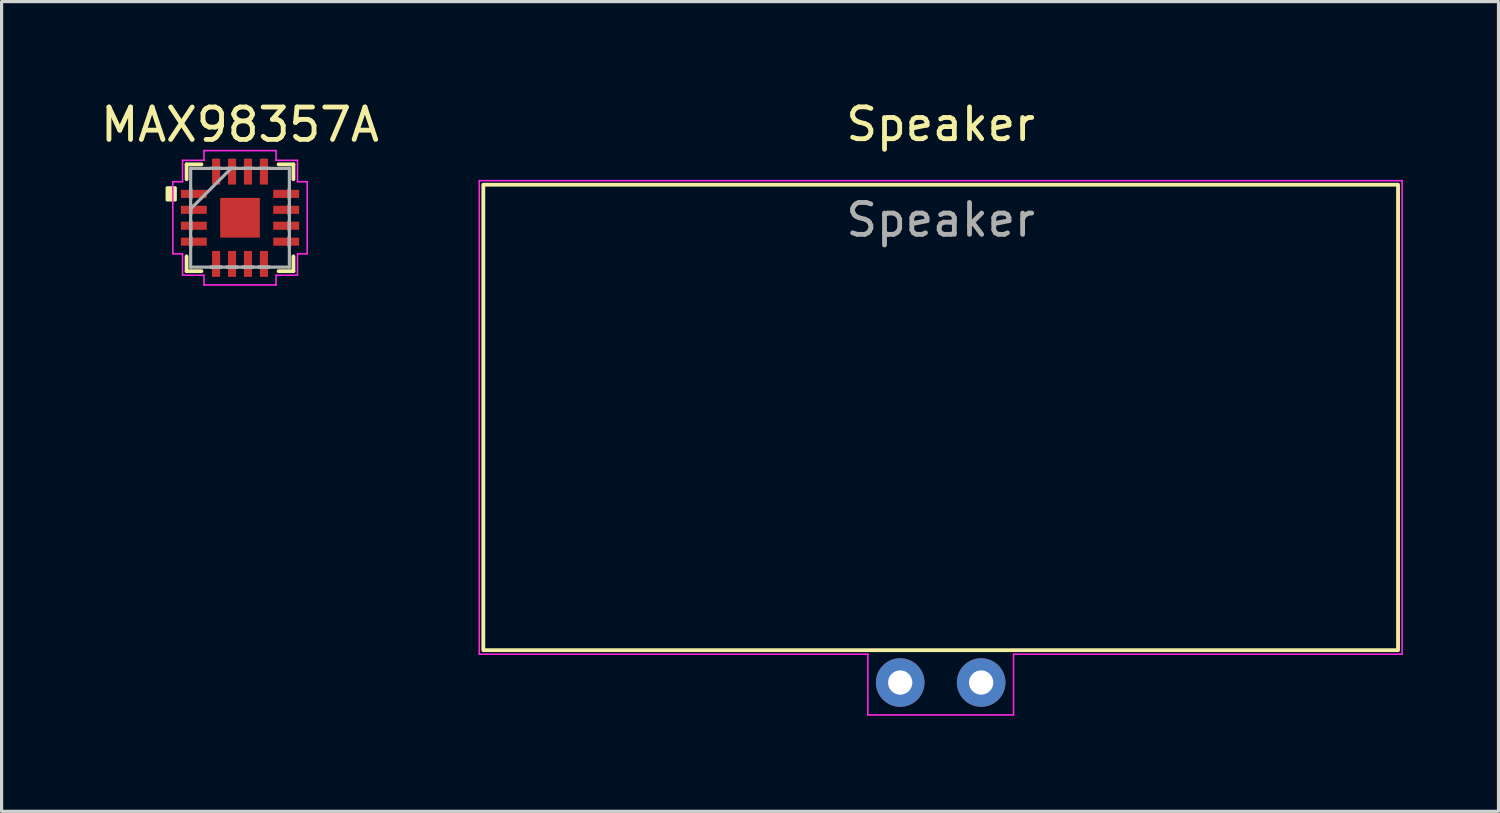
<source format=kicad_pcb>
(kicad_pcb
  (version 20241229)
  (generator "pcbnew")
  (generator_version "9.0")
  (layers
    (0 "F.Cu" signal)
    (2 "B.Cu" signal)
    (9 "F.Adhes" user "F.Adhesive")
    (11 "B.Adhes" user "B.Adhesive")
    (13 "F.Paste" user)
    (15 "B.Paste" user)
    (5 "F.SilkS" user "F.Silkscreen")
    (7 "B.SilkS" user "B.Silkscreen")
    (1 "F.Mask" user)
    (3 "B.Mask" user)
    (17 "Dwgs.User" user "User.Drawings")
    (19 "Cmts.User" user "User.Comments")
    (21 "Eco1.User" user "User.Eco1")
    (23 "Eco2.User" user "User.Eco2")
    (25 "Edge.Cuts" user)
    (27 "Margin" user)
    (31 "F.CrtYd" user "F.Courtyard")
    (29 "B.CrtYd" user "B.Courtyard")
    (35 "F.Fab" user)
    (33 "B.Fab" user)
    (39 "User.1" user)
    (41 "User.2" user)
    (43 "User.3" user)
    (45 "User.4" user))
  (footprint "Speaker"
    (layer "F.Cu")
    (at 26.466 1.348)
    (property "Reference" "Speaker" (at 0 -0.5 0) (unlocked yes) (layer "F.SilkS") (effects (font (size 1 1) (thickness 0.15))))
    (attr through_hole)
    (fp_rect (start -14.351 1.397) (end 14.351 16.002) (stroke (width 0.12) (type solid)) (fill no) (layer "F.SilkS"))
    (fp_line (start -14.478 1.27) (end 14.478 1.27) (stroke (width 0.05) (type solid)) (layer "F.CrtYd"))
    (fp_line (start -14.478 16.129) (end -14.478 1.27) (stroke (width 0.05) (type solid)) (layer "F.CrtYd"))
    (fp_line (start -2.286 16.129) (end -14.478 16.129) (stroke (width 0.05) (type solid)) (layer "F.CrtYd"))
    (fp_line (start -2.286 18.034) (end -2.286 16.129) (stroke (width 0.05) (type solid)) (layer "F.CrtYd"))
    (fp_line (start 2.286 16.129) (end 2.286 18.034) (stroke (width 0.05) (type solid)) (layer "F.CrtYd"))
    (fp_line (start 2.286 18.034) (end -2.286 18.034) (stroke (width 0.05) (type solid)) (layer "F.CrtYd"))
    (fp_line (start 14.478 1.27) (end 14.478 16.129) (stroke (width 0.05) (type solid)) (layer "F.CrtYd"))
    (fp_line (start 14.478 16.129) (end 2.286 16.129) (stroke (width 0.05) (type solid)) (layer "F.CrtYd"))
    (fp_text user "${REFERENCE}" (at 0 2.5 0) (unlocked yes) (layer "F.Fab") (effects (font (size 1 1) (thickness 0.15))))
    (pad "1" thru_hole circle (at -1.27 17.018) (size 1.524 1.524) (drill 0.762) (layers "*.Cu" "*.Mask"))
    (pad "2" thru_hole circle (at 1.27 17.018) (size 1.524 1.524) (drill 0.762) (layers "*.Cu" "*.Mask")))
  (footprint "MAX98357A"
    (layer "F.Cu")
    (at 4.481 3.783)
    (property "Reference" "MAX98357A" (at 0 -2.921 0) (layer "F.SilkS") (effects (font (size 1.016 1.016) (thickness 0.152))))
    (attr smd)
    (fp_line (start -1.676 -1.676) (end -1.676 -1.21) (stroke (width 0.12) (type solid)) (layer "F.SilkS"))
    (fp_line (start -1.676 1.21) (end -1.676 1.676) (stroke (width 0.12) (type solid)) (layer "F.SilkS"))
    (fp_line (start -1.676 1.676) (end -1.21 1.676) (stroke (width 0.12) (type solid)) (layer "F.SilkS"))
    (fp_line (start -1.21 -1.676) (end -1.676 -1.676) (stroke (width 0.12) (type solid)) (layer "F.SilkS"))
    (fp_line (start 1.21 1.676) (end 1.676 1.676) (stroke (width 0.12) (type solid)) (layer "F.SilkS"))
    (fp_line (start 1.676 -1.676) (end 1.21 -1.676) (stroke (width 0.12) (type solid)) (layer "F.SilkS"))
    (fp_line (start 1.676 -1.21) (end 1.676 -1.676) (stroke (width 0.12) (type solid)) (layer "F.SilkS"))
    (fp_line (start 1.676 1.676) (end 1.676 1.21) (stroke (width 0.12) (type solid)) (layer "F.SilkS"))
    (fp_poly (pts (xy -2.032 -0.94) (xy -2.032 -0.559) (xy -2.286 -0.559) (xy -2.286 -0.94)) (stroke (width 0.1) (type solid)) (fill yes) (layer "F.SilkS"))
    (fp_line (start -2.108 -1.131) (end -1.803 -1.131) (stroke (width 0.05) (type solid)) (layer "F.CrtYd"))
    (fp_line (start -2.108 1.131) (end -2.108 -1.131) (stroke (width 0.05) (type solid)) (layer "F.CrtYd"))
    (fp_line (start -1.803 -1.803) (end -1.131 -1.803) (stroke (width 0.05) (type solid)) (layer "F.CrtYd"))
    (fp_line (start -1.803 -1.131) (end -1.803 -1.803) (stroke (width 0.05) (type solid)) (layer "F.CrtYd"))
    (fp_line (start -1.803 1.131) (end -2.108 1.131) (stroke (width 0.05) (type solid)) (layer "F.CrtYd"))
    (fp_line (start -1.803 1.803) (end -1.803 1.131) (stroke (width 0.05) (type solid)) (layer "F.CrtYd"))
    (fp_line (start -1.131 -2.108) (end 1.131 -2.108) (stroke (width 0.05) (type solid)) (layer "F.CrtYd"))
    (fp_line (start -1.131 -1.803) (end -1.131 -2.108) (stroke (width 0.05) (type solid)) (layer "F.CrtYd"))
    (fp_line (start -1.131 1.803) (end -1.803 1.803) (stroke (width 0.05) (type solid)) (layer "F.CrtYd"))
    (fp_line (start -1.131 2.108) (end -1.131 1.803) (stroke (width 0.05) (type solid)) (layer "F.CrtYd"))
    (fp_line (start 1.131 -2.108) (end 1.131 -1.803) (stroke (width 0.05) (type solid)) (layer "F.CrtYd"))
    (fp_line (start 1.131 -1.803) (end 1.803 -1.803) (stroke (width 0.05) (type solid)) (layer "F.CrtYd"))
    (fp_line (start 1.131 1.803) (end 1.131 2.108) (stroke (width 0.05) (type solid)) (layer "F.CrtYd"))
    (fp_line (start 1.131 2.108) (end -1.131 2.108) (stroke (width 0.05) (type solid)) (layer "F.CrtYd"))
    (fp_line (start 1.803 -1.803) (end 1.803 -1.131) (stroke (width 0.05) (type solid)) (layer "F.CrtYd"))
    (fp_line (start 1.803 -1.131) (end 2.108 -1.131) (stroke (width 0.05) (type solid)) (layer "F.CrtYd"))
    (fp_line (start 1.803 1.131) (end 1.803 1.803) (stroke (width 0.05) (type solid)) (layer "F.CrtYd"))
    (fp_line (start 1.803 1.803) (end 1.131 1.803) (stroke (width 0.05) (type solid)) (layer "F.CrtYd"))
    (fp_line (start 2.108 -1.131) (end 2.108 1.131) (stroke (width 0.05) (type solid)) (layer "F.CrtYd"))
    (fp_line (start 2.108 1.131) (end 1.803 1.131) (stroke (width 0.05) (type solid)) (layer "F.CrtYd"))
    (fp_line (start -1.549 -1.549) (end -1.549 -1.549) (stroke (width 0.1) (type solid)) (layer "F.Fab"))
    (fp_line (start -1.549 -1.549) (end -1.549 1.549) (stroke (width 0.1) (type solid)) (layer "F.Fab"))
    (fp_line (start -1.549 -0.902) (end -1.549 -0.902) (stroke (width 0.1) (type solid)) (layer "F.Fab"))
    (fp_line (start -1.549 -0.902) (end -1.549 -0.598) (stroke (width 0.1) (type solid)) (layer "F.Fab"))
    (fp_line (start -1.549 -0.598) (end -1.549 -0.902) (stroke (width 0.1) (type solid)) (layer "F.Fab"))
    (fp_line (start -1.549 -0.598) (end -1.549 -0.598) (stroke (width 0.1) (type solid)) (layer "F.Fab"))
    (fp_line (start -1.549 -0.402) (end -1.549 -0.402) (stroke (width 0.1) (type solid)) (layer "F.Fab"))
    (fp_line (start -1.549 -0.402) (end -1.549 -0.098) (stroke (width 0.1) (type solid)) (layer "F.Fab"))
    (fp_line (start -1.549 -0.279) (end -0.279 -1.549) (stroke (width 0.1) (type solid)) (layer "F.Fab"))
    (fp_line (start -1.549 -0.098) (end -1.549 -0.402) (stroke (width 0.1) (type solid)) (layer "F.Fab"))
    (fp_line (start -1.549 -0.098) (end -1.549 -0.098) (stroke (width 0.1) (type solid)) (layer "F.Fab"))
    (fp_line (start -1.549 0.098) (end -1.549 0.098) (stroke (width 0.1) (type solid)) (layer "F.Fab"))
    (fp_line (start -1.549 0.098) (end -1.549 0.402) (stroke (width 0.1) (type solid)) (layer "F.Fab"))
    (fp_line (start -1.549 0.402) (end -1.549 0.098) (stroke (width 0.1) (type solid)) (layer "F.Fab"))
    (fp_line (start -1.549 0.402) (end -1.549 0.402) (stroke (width 0.1) (type solid)) (layer "F.Fab"))
    (fp_line (start -1.549 0.598) (end -1.549 0.598) (stroke (width 0.1) (type solid)) (layer "F.Fab"))
    (fp_line (start -1.549 0.598) (end -1.549 0.902) (stroke (width 0.1) (type solid)) (layer "F.Fab"))
    (fp_line (start -1.549 0.902) (end -1.549 0.598) (stroke (width 0.1) (type solid)) (layer "F.Fab"))
    (fp_line (start -1.549 0.902) (end -1.549 0.902) (stroke (width 0.1) (type solid)) (layer "F.Fab"))
    (fp_line (start -1.549 1.549) (end -1.549 1.549) (stroke (width 0.1) (type solid)) (layer "F.Fab"))
    (fp_line (start -1.549 1.549) (end 1.549 1.549) (stroke (width 0.1) (type solid)) (layer "F.Fab"))
    (fp_line (start -0.902 -1.549) (end -0.902 -1.549) (stroke (width 0.1) (type solid)) (layer "F.Fab"))
    (fp_line (start -0.902 -1.549) (end -0.598 -1.549) (stroke (width 0.1) (type solid)) (layer "F.Fab"))
    (fp_line (start -0.902 1.549) (end -0.902 1.549) (stroke (width 0.1) (type solid)) (layer "F.Fab"))
    (fp_line (start -0.902 1.549) (end -0.598 1.549) (stroke (width 0.1) (type solid)) (layer "F.Fab"))
    (fp_line (start -0.598 -1.549) (end -0.902 -1.549) (stroke (width 0.1) (type solid)) (layer "F.Fab"))
    (fp_line (start -0.598 -1.549) (end -0.598 -1.549) (stroke (width 0.1) (type solid)) (layer "F.Fab"))
    (fp_line (start -0.598 1.549) (end -0.902 1.549) (stroke (width 0.1) (type solid)) (layer "F.Fab"))
    (fp_line (start -0.598 1.549) (end -0.598 1.549) (stroke (width 0.1) (type solid)) (layer "F.Fab"))
    (fp_line (start -0.402 -1.549) (end -0.402 -1.549) (stroke (width 0.1) (type solid)) (layer "F.Fab"))
    (fp_line (start -0.402 -1.549) (end -0.098 -1.549) (stroke (width 0.1) (type solid)) (layer "F.Fab"))
    (fp_line (start -0.402 1.549) (end -0.402 1.549) (stroke (width 0.1) (type solid)) (layer "F.Fab"))
    (fp_line (start -0.402 1.549) (end -0.098 1.549) (stroke (width 0.1) (type solid)) (layer "F.Fab"))
    (fp_line (start -0.098 -1.549) (end -0.402 -1.549) (stroke (width 0.1) (type solid)) (layer "F.Fab"))
    (fp_line (start -0.098 -1.549) (end -0.098 -1.549) (stroke (width 0.1) (type solid)) (layer "F.Fab"))
    (fp_line (start -0.098 1.549) (end -0.402 1.549) (stroke (width 0.1) (type solid)) (layer "F.Fab"))
    (fp_line (start -0.098 1.549) (end -0.098 1.549) (stroke (width 0.1) (type solid)) (layer "F.Fab"))
    (fp_line (start 0.098 -1.549) (end 0.098 -1.549) (stroke (width 0.1) (type solid)) (layer "F.Fab"))
    (fp_line (start 0.098 -1.549) (end 0.402 -1.549) (stroke (width 0.1) (type solid)) (layer "F.Fab"))
    (fp_line (start 0.098 1.549) (end 0.098 1.549) (stroke (width 0.1) (type solid)) (layer "F.Fab"))
    (fp_line (start 0.098 1.549) (end 0.402 1.549) (stroke (width 0.1) (type solid)) (layer "F.Fab"))
    (fp_line (start 0.402 -1.549) (end 0.098 -1.549) (stroke (width 0.1) (type solid)) (layer "F.Fab"))
    (fp_line (start 0.402 -1.549) (end 0.402 -1.549) (stroke (width 0.1) (type solid)) (layer "F.Fab"))
    (fp_line (start 0.402 1.549) (end 0.098 1.549) (stroke (width 0.1) (type solid)) (layer "F.Fab"))
    (fp_line (start 0.402 1.549) (end 0.402 1.549) (stroke (width 0.1) (type solid)) (layer "F.Fab"))
    (fp_line (start 0.598 -1.549) (end 0.598 -1.549) (stroke (width 0.1) (type solid)) (layer "F.Fab"))
    (fp_line (start 0.598 -1.549) (end 0.902 -1.549) (stroke (width 0.1) (type solid)) (layer "F.Fab"))
    (fp_line (start 0.598 1.549) (end 0.598 1.549) (stroke (width 0.1) (type solid)) (layer "F.Fab"))
    (fp_line (start 0.598 1.549) (end 0.902 1.549) (stroke (width 0.1) (type solid)) (layer "F.Fab"))
    (fp_line (start 0.902 -1.549) (end 0.598 -1.549) (stroke (width 0.1) (type solid)) (layer "F.Fab"))
    (fp_line (start 0.902 -1.549) (end 0.902 -1.549) (stroke (width 0.1) (type solid)) (layer "F.Fab"))
    (fp_line (start 0.902 1.549) (end 0.598 1.549) (stroke (width 0.1) (type solid)) (layer "F.Fab"))
    (fp_line (start 0.902 1.549) (end 0.902 1.549) (stroke (width 0.1) (type solid)) (layer "F.Fab"))
    (fp_line (start 1.549 -1.549) (end -1.549 -1.549) (stroke (width 0.1) (type solid)) (layer "F.Fab"))
    (fp_line (start 1.549 -1.549) (end 1.549 -1.549) (stroke (width 0.1) (type solid)) (layer "F.Fab"))
    (fp_line (start 1.549 -0.902) (end 1.549 -0.902) (stroke (width 0.1) (type solid)) (layer "F.Fab"))
    (fp_line (start 1.549 -0.902) (end 1.549 -0.598) (stroke (width 0.1) (type solid)) (layer "F.Fab"))
    (fp_line (start 1.549 -0.598) (end 1.549 -0.902) (stroke (width 0.1) (type solid)) (layer "F.Fab"))
    (fp_line (start 1.549 -0.598) (end 1.549 -0.598) (stroke (width 0.1) (type solid)) (layer "F.Fab"))
    (fp_line (start 1.549 -0.402) (end 1.549 -0.402) (stroke (width 0.1) (type solid)) (layer "F.Fab"))
    (fp_line (start 1.549 -0.402) (end 1.549 -0.098) (stroke (width 0.1) (type solid)) (layer "F.Fab"))
    (fp_line (start 1.549 -0.098) (end 1.549 -0.402) (stroke (width 0.1) (type solid)) (layer "F.Fab"))
    (fp_line (start 1.549 -0.098) (end 1.549 -0.098) (stroke (width 0.1) (type solid)) (layer "F.Fab"))
    (fp_line (start 1.549 0.098) (end 1.549 0.098) (stroke (width 0.1) (type solid)) (layer "F.Fab"))
    (fp_line (start 1.549 0.098) (end 1.549 0.402) (stroke (width 0.1) (type solid)) (layer "F.Fab"))
    (fp_line (start 1.549 0.402) (end 1.549 0.098) (stroke (width 0.1) (type solid)) (layer "F.Fab"))
    (fp_line (start 1.549 0.402) (end 1.549 0.402) (stroke (width 0.1) (type solid)) (layer "F.Fab"))
    (fp_line (start 1.549 0.598) (end 1.549 0.598) (stroke (width 0.1) (type solid)) (layer "F.Fab"))
    (fp_line (start 1.549 0.598) (end 1.549 0.902) (stroke (width 0.1) (type solid)) (layer "F.Fab"))
    (fp_line (start 1.549 0.902) (end 1.549 0.598) (stroke (width 0.1) (type solid)) (layer "F.Fab"))
    (fp_line (start 1.549 0.902) (end 1.549 0.902) (stroke (width 0.1) (type solid)) (layer "F.Fab"))
    (fp_line (start 1.549 1.549) (end 1.549 -1.549) (stroke (width 0.1) (type solid)) (layer "F.Fab"))
    (fp_line (start 1.549 1.549) (end 1.549 1.549) (stroke (width 0.1) (type solid)) (layer "F.Fab"))
    (pad "1" smd rect (at -1.448 -0.75 90) (size 0.254 0.813) (layers "F.Cu" "F.Mask" "F.Paste"))
    (pad "2" smd rect (at -1.448 -0.25 90) (size 0.254 0.813) (layers "F.Cu" "F.Mask" "F.Paste"))
    (pad "3" smd rect (at -1.448 0.25 90) (size 0.254 0.813) (layers "F.Cu" "F.Mask" "F.Paste"))
    (pad "4" smd rect (at -1.448 0.75 90) (size 0.254 0.813) (layers "F.Cu" "F.Mask" "F.Paste"))
    (pad "5" smd rect (at -0.75 1.448) (size 0.254 0.813) (layers "F.Cu" "F.Mask" "F.Paste"))
    (pad "6" smd rect (at -0.25 1.448) (size 0.254 0.813) (layers "F.Cu" "F.Mask" "F.Paste"))
    (pad "7" smd rect (at 0.25 1.448) (size 0.254 0.813) (layers "F.Cu" "F.Mask" "F.Paste"))
    (pad "8" smd rect (at 0.75 1.448) (size 0.254 0.813) (layers "F.Cu" "F.Mask" "F.Paste"))
    (pad "9" smd rect (at 1.448 0.75 90) (size 0.254 0.813) (layers "F.Cu" "F.Mask" "F.Paste"))
    (pad "10" smd rect (at 1.448 0.25 90) (size 0.254 0.813) (layers "F.Cu" "F.Mask" "F.Paste"))
    (pad "11" smd rect (at 1.448 -0.25 90) (size 0.254 0.813) (layers "F.Cu" "F.Mask" "F.Paste"))
    (pad "12" smd rect (at 1.448 -0.75 90) (size 0.254 0.813) (layers "F.Cu" "F.Mask" "F.Paste"))
    (pad "13" smd rect (at 0.75 -1.448) (size 0.254 0.813) (layers "F.Cu" "F.Mask" "F.Paste"))
    (pad "14" smd rect (at 0.25 -1.448) (size 0.254 0.813) (layers "F.Cu" "F.Mask" "F.Paste"))
    (pad "15" smd rect (at -0.25 -1.448) (size 0.254 0.813) (layers "F.Cu" "F.Mask" "F.Paste"))
    (pad "16" smd rect (at -0.75 -1.448) (size 0.254 0.813) (layers "F.Cu" "F.Mask" "F.Paste"))
    (pad "17" smd rect (at 0 0) (size 1.245 1.245) (layers "F.Cu" "F.Mask" "F.Paste")))
  (gr_rect
    (start -3 -3)
    (end 43.969 22.407)
    (stroke (width 0.1) (type default))
    (fill no)
    (layer "Edge.Cuts")))
</source>
